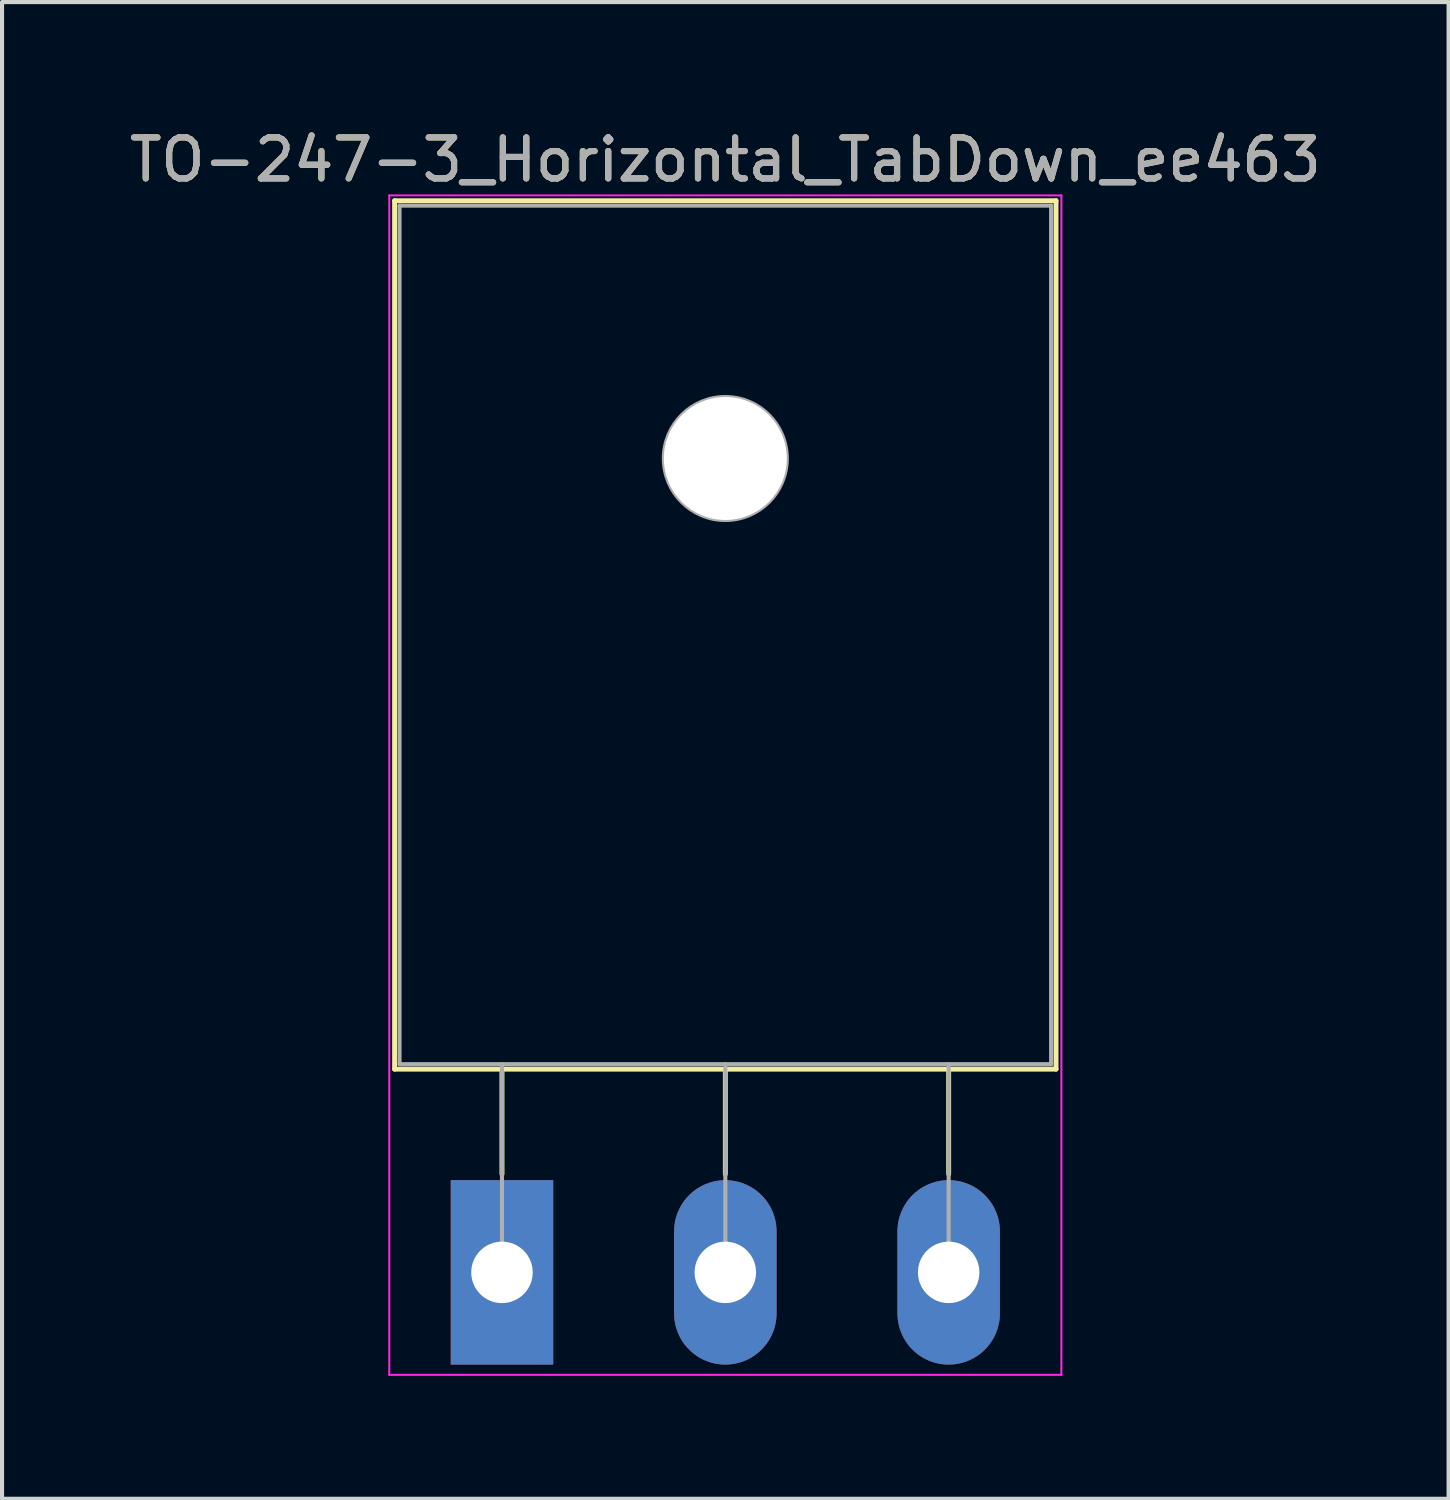
<source format=kicad_pcb>
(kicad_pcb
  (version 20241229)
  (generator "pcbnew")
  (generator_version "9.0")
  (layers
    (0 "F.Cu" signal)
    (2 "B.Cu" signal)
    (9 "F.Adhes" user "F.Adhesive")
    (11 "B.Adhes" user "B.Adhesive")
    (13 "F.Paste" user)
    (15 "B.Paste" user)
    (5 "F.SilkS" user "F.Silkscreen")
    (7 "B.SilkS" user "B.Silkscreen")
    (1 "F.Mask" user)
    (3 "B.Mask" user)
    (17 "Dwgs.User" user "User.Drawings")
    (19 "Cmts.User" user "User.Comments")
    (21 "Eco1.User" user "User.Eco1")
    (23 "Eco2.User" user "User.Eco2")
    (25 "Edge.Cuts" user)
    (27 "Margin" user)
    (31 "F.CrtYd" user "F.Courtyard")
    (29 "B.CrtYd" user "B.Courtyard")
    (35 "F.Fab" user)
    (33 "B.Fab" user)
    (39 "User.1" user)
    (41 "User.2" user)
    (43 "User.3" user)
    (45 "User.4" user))
  (footprint "TO-247-3_Horizontal_TabDown_ee463"
    (layer "F.Cu")
    (at 9.199 27.998)
    (property "Reference" "TO-247-3_Horizontal_TabDown_ee463" (at 5.45 -27.15 0) (layer "F.SilkS") (effects (font (size 1 1) (thickness 0.15))))
    (attr through_hole)
    (fp_line (start -2.62 -26.15) (end -2.62 -4.96) (stroke (width 0.12) (type solid)) (layer "F.SilkS"))
    (fp_line (start -2.62 -26.15) (end 13.52 -26.15) (stroke (width 0.12) (type solid)) (layer "F.SilkS"))
    (fp_line (start -2.62 -4.96) (end 13.52 -4.96) (stroke (width 0.12) (type solid)) (layer "F.SilkS"))
    (fp_line (start 0 -4.96) (end 0 -2.4) (stroke (width 0.12) (type solid)) (layer "F.SilkS"))
    (fp_line (start 5.45 -4.96) (end 5.45 -2.4) (stroke (width 0.12) (type solid)) (layer "F.SilkS"))
    (fp_line (start 10.9 -4.96) (end 10.9 -2.4) (stroke (width 0.12) (type solid)) (layer "F.SilkS"))
    (fp_line (start 13.52 -26.15) (end 13.52 -4.96) (stroke (width 0.12) (type solid)) (layer "F.SilkS"))
    (fp_line (start -2.75 -26.28) (end -2.75 2.5) (stroke (width 0.05) (type solid)) (layer "F.CrtYd"))
    (fp_line (start -2.75 2.5) (end 13.65 2.5) (stroke (width 0.05) (type solid)) (layer "F.CrtYd"))
    (fp_line (start 13.65 -26.28) (end -2.75 -26.28) (stroke (width 0.05) (type solid)) (layer "F.CrtYd"))
    (fp_line (start 13.65 2.5) (end 13.65 -26.28) (stroke (width 0.05) (type solid)) (layer "F.CrtYd"))
    (fp_line (start -2.5 -26.03) (end 13.4 -26.03) (stroke (width 0.1) (type solid)) (layer "F.Fab"))
    (fp_line (start -2.5 -5.08) (end -2.5 -26.03) (stroke (width 0.1) (type solid)) (layer "F.Fab"))
    (fp_line (start 0 -5.08) (end 0 0) (stroke (width 0.1) (type solid)) (layer "F.Fab"))
    (fp_line (start 5.45 -5.08) (end 5.45 0) (stroke (width 0.1) (type solid)) (layer "F.Fab"))
    (fp_line (start 10.9 -5.08) (end 10.9 0) (stroke (width 0.1) (type solid)) (layer "F.Fab"))
    (fp_line (start 13.4 -26.03) (end 13.4 -5.08) (stroke (width 0.1) (type solid)) (layer "F.Fab"))
    (fp_line (start 13.4 -5.08) (end -2.5 -5.08) (stroke (width 0.1) (type solid)) (layer "F.Fab"))
    (fp_circle (center 5.45 -19.86) (end 6.95 -19.86) (stroke (width 0.1) (type solid)) (fill no) (layer "F.Fab"))
    (fp_text user "${REFERENCE}" (at 5.45 -27.15 0) (layer "F.Fab") (effects (font (size 1 1) (thickness 0.15))))
    (pad "" np_thru_hole oval (at 5.45 -19.86) (size 3 3) (drill 3) (layers "*.Cu" "*.Mask"))
    (pad "1" thru_hole rect (at 0 0) (size 2.5 4.5) (drill 1.5) (layers "*.Cu" "*.Mask"))
    (pad "2" thru_hole oval (at 5.45 0) (size 2.5 4.5) (drill 1.5) (layers "*.Cu" "*.Mask"))
    (pad "3" thru_hole oval (at 10.9 0) (size 2.5 4.5) (drill 1.5) (layers "*.Cu" "*.Mask")))
  (gr_rect
    (start -3 -3)
    (end 32.298 33.523)
    (stroke (width 0.1) (type default))
    (fill no)
    (layer "Edge.Cuts")))
</source>
